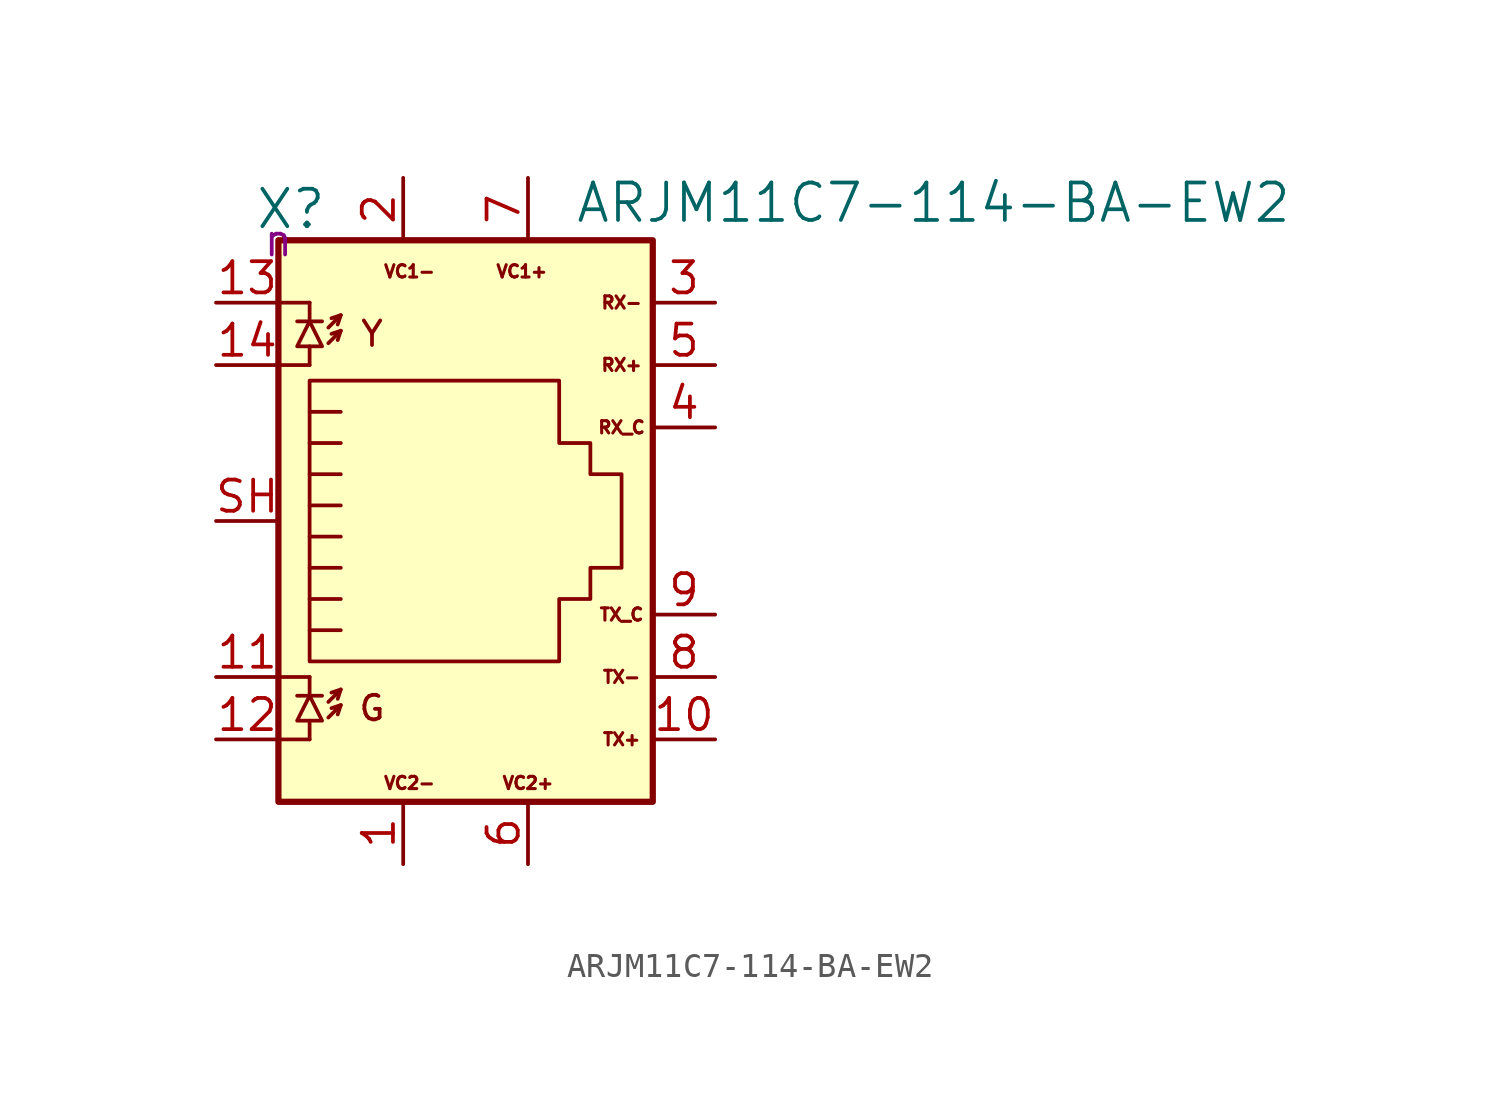
<source format=kicad_sym>
(kicad_symbol_lib
  (version 20231120)
  (generator "kicad_symbol_editor")
  (generator_version "8.0")
  (symbol "ARJM11C7-114-BA-EW2"
    (pin_names
      (offset 0.254) hide)
    (property "Reference" "X"
      (at 0.508 1.27 0)
      (effects (font (size 1.524 1.524))))
    (property "Value" "ARJM11C7-114-BA-EW2"
      (at 26.67 1.524 0)
      (effects (font (size 1.524 1.524))))
    (property "SMT" "n"
      (at 0 0 0)
      (effects (font (size 1.27 1.27))))
    (symbol "ARJM11C7-114-BA-EW2_0_0"
      (text "G" (at 3.81 -19.05 0) (effects (font (size 1 1))))
      (text "RX+" (at 13.97 -5.08 0) (effects (font (size 0.5 0.5))))
      (text "RX-" (at 13.97 -2.54 0) (effects (font (size 0.5 0.5))))
      (text "RX_C" (at 13.97 -7.62 0) (effects (font (size 0.5 0.5))))
      (text "TX+" (at 13.97 -20.32 0) (effects (font (size 0.5 0.5))))
      (text "TX-" (at 13.97 -17.78 0) (effects (font (size 0.5 0.5))))
      (text "TX_C" (at 13.97 -15.24 0) (effects (font (size 0.5 0.5))))
      (text "Y" (at 3.81 -3.81 0) (effects (font (size 1 1)))))
    (symbol "ARJM11C7-114-BA-EW2_0_1"
      (polyline (pts (xy 0 -20.32) (xy 1.27 -20.32)) (stroke (width 0) (type default)) (fill (type none)))
      (polyline (pts (xy 0 -17.78) (xy 1.27 -17.78)) (stroke (width 0) (type default)) (fill (type none)))
      (polyline (pts (xy 0 -5.08) (xy 1.27 -5.08)) (stroke (width 0) (type default)) (fill (type none)))
      (polyline (pts (xy 0 -2.54) (xy 1.27 -2.54)) (stroke (width 0) (type default)) (fill (type none)))
      (polyline (pts (xy 0.762 -18.542) (xy 1.778 -18.542)) (stroke (width 0) (type default)) (fill (type none)))
      (polyline (pts (xy 0.762 -3.302) (xy 1.778 -3.302)) (stroke (width 0) (type default)) (fill (type none)))
      (polyline (pts (xy 1.27 -20.32) (xy 1.27 -19.558)) (stroke (width 0) (type default)) (fill (type none)))
      (polyline (pts (xy 1.27 -17.78) (xy 1.27 -18.542)) (stroke (width 0) (type default)) (fill (type none)))
      (polyline (pts (xy 1.27 -5.08) (xy 1.27 -4.318)) (stroke (width 0) (type default)) (fill (type none)))
      (polyline (pts (xy 1.27 -2.54) (xy 1.27 -3.302)) (stroke (width 0) (type default)) (fill (type none)))
      (polyline (pts (xy 2.54 -18.923) (xy 2.413 -19.304)) (stroke (width 0) (type default)) (fill (type none)))
      (polyline (pts (xy 2.54 -18.288) (xy 2.413 -18.669)) (stroke (width 0) (type default)) (fill (type none)))
      (polyline (pts (xy 2.54 -8.255) (xy 1.27 -8.255)) (stroke (width 0) (type default)) (fill (type none)))
      (polyline (pts (xy 2.54 -6.985) (xy 1.27 -6.985)) (stroke (width 0) (type default)) (fill (type none)))
      (polyline (pts (xy 2.54 -3.683) (xy 2.413 -4.064)) (stroke (width 0) (type default)) (fill (type none)))
      (polyline (pts (xy 2.54 -3.048) (xy 2.413 -3.429)) (stroke (width 0) (type default)) (fill (type none)))
      (polyline (pts (xy 1.27 -15.875) (xy 2.54 -15.875) (xy 2.54 -15.875)) (stroke (width 0) (type default)) (fill (type none)))
      (polyline (pts (xy 1.27 -14.605) (xy 2.54 -14.605) (xy 2.54 -14.605)) (stroke (width 0) (type default)) (fill (type none)))
      (polyline (pts (xy 1.27 -13.335) (xy 2.54 -13.335) (xy 2.54 -13.335)) (stroke (width 0) (type default)) (fill (type none)))
      (polyline (pts (xy 1.27 -12.065) (xy 2.54 -12.065) (xy 2.54 -12.065)) (stroke (width 0) (type default)) (fill (type none)))
      (polyline (pts (xy 1.27 -10.795) (xy 2.54 -10.795) (xy 2.54 -10.795)) (stroke (width 0) (type default)) (fill (type none)))
      (polyline (pts (xy 2.032 -19.431) (xy 2.54 -18.923) (xy 2.159 -19.05)) (stroke (width 0) (type default)) (fill (type none)))
      (polyline (pts (xy 2.032 -18.796) (xy 2.54 -18.288) (xy 2.159 -18.415)) (stroke (width 0) (type default)) (fill (type none)))
      (polyline (pts (xy 2.032 -4.191) (xy 2.54 -3.683) (xy 2.159 -3.81)) (stroke (width 0) (type default)) (fill (type none)))
      (polyline (pts (xy 2.032 -3.556) (xy 2.54 -3.048) (xy 2.159 -3.175)) (stroke (width 0) (type default)) (fill (type none)))
      (polyline (pts (xy 2.54 -9.525) (xy 1.27 -9.525) (xy 1.27 -9.525)) (stroke (width 0) (type default)) (fill (type none)))
      (polyline (pts (xy 1.27 -18.542) (xy 0.762 -19.558) (xy 1.778 -19.558) (xy 1.27 -18.542)) (stroke (width 0) (type default)) (fill (type none)))
      (polyline (pts (xy 1.27 -3.302) (xy 0.762 -4.318) (xy 1.778 -4.318) (xy 1.27 -3.302)) (stroke (width 0) (type default)) (fill (type none)))
      (polyline (pts (xy 1.27 -17.145) (xy 1.27 -5.715) (xy 11.43 -5.715) (xy 11.43 -8.255) (xy 12.7 -8.255) (xy 12.7 -9.525) (xy 13.97 -9.525) (xy 13.97 -13.335) (xy 12.7 -13.335) (xy 12.7 -14.605) (xy 11.43 -14.605) (xy 11.43 -17.145) (xy 1.27 -17.145) (xy 1.27 -17.145)) (stroke (width 0) (type default)) (fill (type none)))
      (rectangle (start 0 0) (end 15.24 -22.86) (stroke (width 0.254) (type default)) (fill (type background))))
    (symbol "ARJM11C7-114-BA-EW2_1_0"
      (text "VC1+" (at 9.906 -1.27 0) (effects (font (size 0.5 0.5))))
      (text "VC1-" (at 5.334 -1.27 0) (effects (font (size 0.5 0.5))))
      (text "VC2+" (at 10.16 -22.098 0) (effects (font (size 0.5 0.5))))
      (text "VC2-" (at 5.334 -22.098 0) (effects (font (size 0.5 0.5)))))
    (symbol "ARJM11C7-114-BA-EW2_1_1"
      (pin power_out line (at 5.08 -25.4 90) (length 2.54) (name "VC2-" (effects (font (size 1.27 1.27)))) (number "1" (effects (font (size 1.27 1.27)))))
      (pin passive line (at 17.78 -20.32 180) (length 2.54) (name "TD+" (effects (font (size 1.27 1.27)))) (number "10" (effects (font (size 1.27 1.27)))))
      (pin passive line (at -2.54 -17.78 0) (length 2.54) (name "LED" (effects (font (size 1.27 1.27)))) (number "11" (effects (font (size 1.27 1.27)))))
      (pin passive line (at -2.54 -20.32 0) (length 2.54) (name "LED" (effects (font (size 1.27 1.27)))) (number "12" (effects (font (size 1.27 1.27)))))
      (pin passive line (at -2.54 -2.54 0) (length 2.54) (name "LED" (effects (font (size 1.27 1.27)))) (number "13" (effects (font (size 1.27 1.27)))))
      (pin passive line (at -2.54 -5.08 0) (length 2.54) (name "LED" (effects (font (size 1.27 1.27)))) (number "14" (effects (font (size 1.27 1.27)))))
      (pin power_out line (at 5.08 2.54 270) (length 2.54) (name "VC1-" (effects (font (size 1.27 1.27)))) (number "2" (effects (font (size 1.27 1.27)))))
      (pin passive line (at 17.78 -2.54 180) (length 2.54) (name "RD-" (effects (font (size 1.27 1.27)))) (number "3" (effects (font (size 1.27 1.27)))))
      (pin passive line (at 17.78 -7.62 180) (length 2.54) (name "RCT" (effects (font (size 1.27 1.27)))) (number "4" (effects (font (size 1.27 1.27)))))
      (pin passive line (at 17.78 -5.08 180) (length 2.54) (name "RD+" (effects (font (size 1.27 1.27)))) (number "5" (effects (font (size 1.27 1.27)))))
      (pin power_out line (at 10.16 -25.4 90) (length 2.54) (name "VC2+" (effects (font (size 1.27 1.27)))) (number "6" (effects (font (size 1.27 1.27)))))
      (pin power_out line (at 10.16 2.54 270) (length 2.54) (name "VC1+" (effects (font (size 1.27 1.27)))) (number "7" (effects (font (size 1.27 1.27)))))
      (pin passive line (at 17.78 -17.78 180) (length 2.54) (name "TD-" (effects (font (size 1.27 1.27)))) (number "8" (effects (font (size 1.27 1.27)))))
      (pin passive line (at 17.78 -15.24 180) (length 2.54) (name "TCT" (effects (font (size 1.27 1.27)))) (number "9" (effects (font (size 1.27 1.27)))))
      (pin passive line (at -2.54 -11.43 0) (length 2.54) (name "SH" (effects (font (size 1.27 1.27)))) (number "SH" (effects (font (size 1.27 1.27))))))))
</source>
